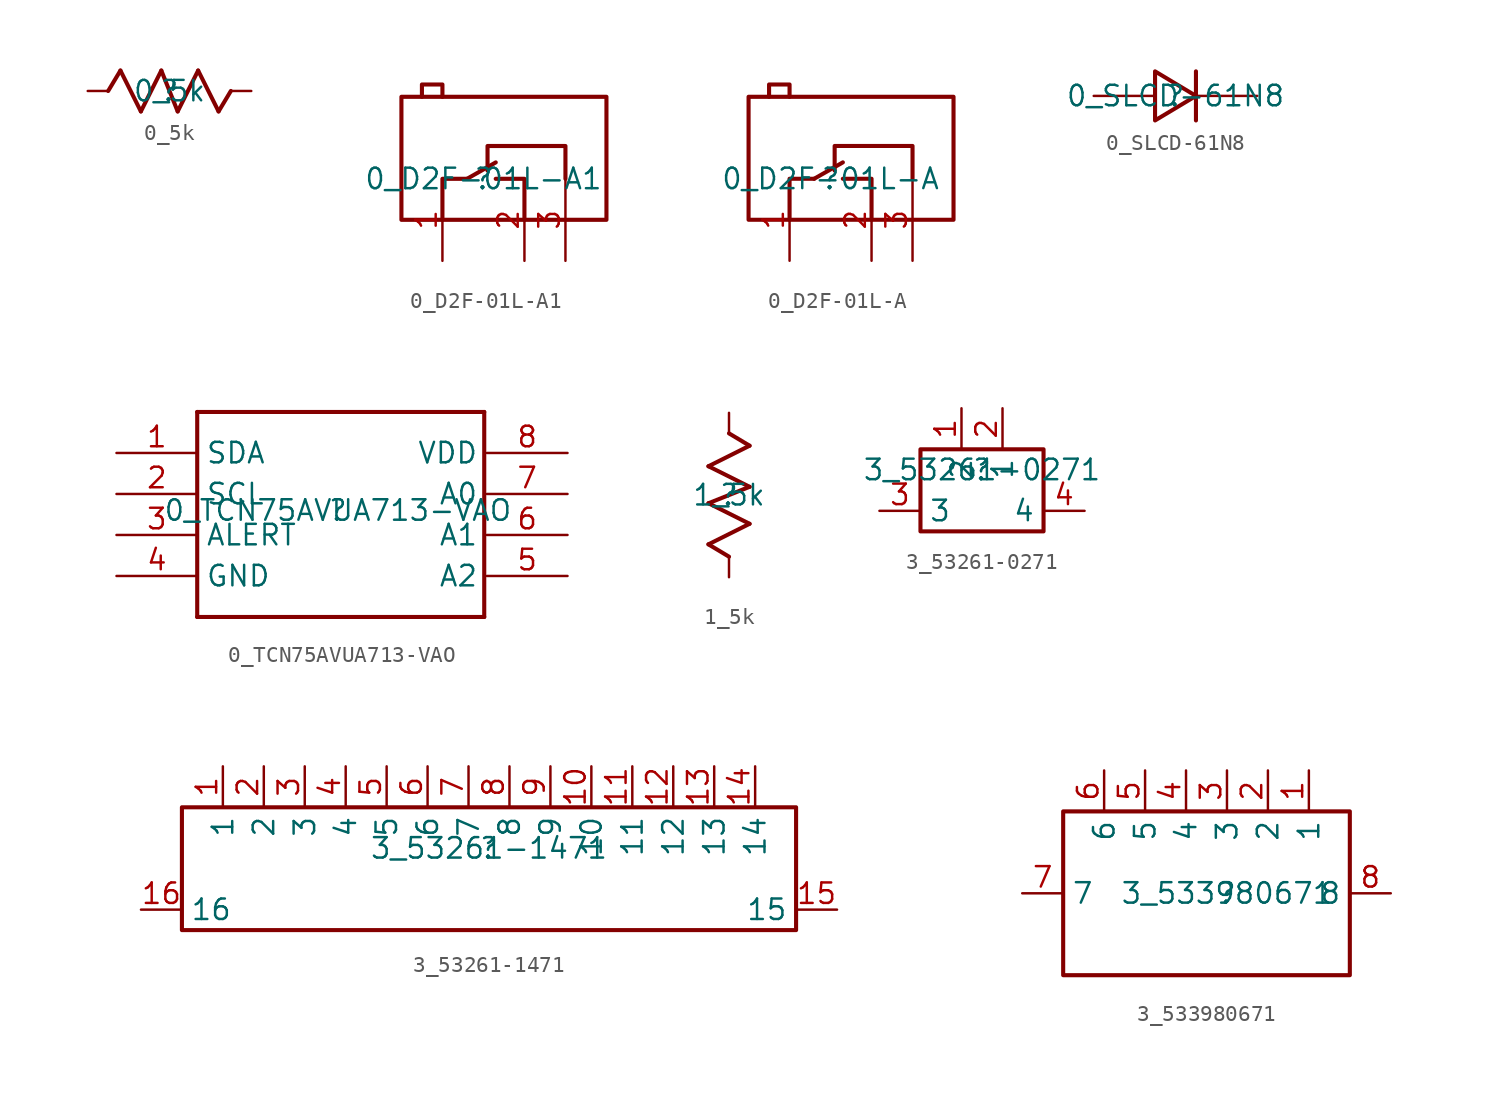
<source format=kicad_sym>
(kicad_symbol_lib
  (version 20211014)
  (generator kicad_symbol_editor)
  (symbol "0_5k"
    (property "Reference" ""
      (at 0 0 0)
      (effects (font (size 1.27 1.27))))
    (property "Value" "0_5k"
      (at 0 0 0)
      (effects (font (size 1.27 1.27))))
    (symbol "0_5k_1_0"
      (polyline (pts (xy -3.048 1.27) (xy -3.81 0)) (stroke (width 0.254) (type default) (color 0 0 0 0)) (fill (type none)))
      (polyline (pts (xy -1.778 -1.27) (xy -3.048 1.27)) (stroke (width 0.254) (type default) (color 0 0 0 0)) (fill (type none)))
      (polyline (pts (xy -0.508 1.27) (xy -1.778 -1.27)) (stroke (width 0.254) (type default) (color 0 0 0 0)) (fill (type none)))
      (polyline (pts (xy 0.508 -1.27) (xy -0.508 1.27)) (stroke (width 0.254) (type default) (color 0 0 0 0)) (fill (type none)))
      (polyline (pts (xy 1.778 1.27) (xy 0.508 -1.27)) (stroke (width 0.254) (type default) (color 0 0 0 0)) (fill (type none)))
      (polyline (pts (xy 3.048 -1.27) (xy 1.778 1.27)) (stroke (width 0.254) (type default) (color 0 0 0 0)) (fill (type none)))
      (polyline (pts (xy 3.81 0) (xy 3.048 -1.27)) (stroke (width 0.254) (type default) (color 0 0 0 0)) (fill (type none)))
      (pin passive line (at -5.08 0 0) (length 1.27) (name "1" (effects (font (size 0 0)))) (number "1" (effects (font (size 0 0)))))
      (pin passive line (at 5.08 0 180) (length 1.27) (name "2" (effects (font (size 0 0)))) (number "2" (effects (font (size 0 0)))))))
  (symbol "0_D2F-01L-A1"
    (property "Reference" ""
      (at 0 0 0)
      (effects (font (size 1.27 1.27))))
    (property "Value" "0_D2F-01L-A1"
      (at 0 0 0)
      (effects (font (size 1.27 1.27))))
    (symbol "0_D2F-01L-A1_1_0"
      (polyline (pts (xy -1.016 0) (xy 0.762 1.016)) (stroke (width 0.254) (type default) (color 0 0 0 0)) (fill (type none)))
      (polyline (pts (xy -2.54 -2.54) (xy -2.54 0) (xy -2.54 0) (xy -1.016 0)) (stroke (width 0.254) (type default) (color 0 0 0 0)) (fill (type none)))
      (polyline (pts (xy 0.762 0) (xy 2.54 0) (xy 2.54 0) (xy 2.54 -2.54)) (stroke (width 0.254) (type default) (color 0 0 0 0)) (fill (type none)))
      (polyline (pts (xy -3.81 5.08) (xy -3.81 5.842) (xy -3.81 5.842) (xy -2.54 5.842) (xy -2.54 5.842) (xy -2.54 5.08)) (stroke (width 0.254) (type default) (color 0 0 0 0)) (fill (type none)))
      (polyline (pts (xy 5.08 0) (xy 5.08 2.032) (xy 5.08 2.032) (xy 0.254 2.032) (xy 0.254 2.032) (xy 0.254 0.508)) (stroke (width 0.254) (type default) (color 0 0 0 0)) (fill (type none)))
      (rectangle (start 7.62 5.08) (end -5.08 -2.54) (stroke (width 0.254) (type default) (color 0 0 0 0)) (fill (type none)))
      (pin passive line (at -2.54 -5.08 90) (length 5.08) (name "COM" (effects (font (size 0 0)))) (number "1" (effects (font (size 1.27 1.27)))))
      (pin passive line (at 2.54 -5.08 90) (length 5.08) (name "NO" (effects (font (size 0 0)))) (number "2" (effects (font (size 1.27 1.27)))))
      (pin passive line (at 5.08 -5.08 90) (length 5.08) (name "NC" (effects (font (size 0 0)))) (number "3" (effects (font (size 1.27 1.27)))))))
  (symbol "0_D2F-01L-A"
    (property "Reference" ""
      (at 0 0 0)
      (effects (font (size 1.27 1.27))))
    (property "Value" "0_D2F-01L-A"
      (at 0 0 0)
      (effects (font (size 1.27 1.27))))
    (symbol "0_D2F-01L-A_1_0"
      (polyline (pts (xy -1.016 0) (xy 0.762 1.016)) (stroke (width 0.254) (type default) (color 0 0 0 0)) (fill (type none)))
      (polyline (pts (xy -2.54 -2.54) (xy -2.54 0) (xy -2.54 0) (xy -1.016 0)) (stroke (width 0.254) (type default) (color 0 0 0 0)) (fill (type none)))
      (polyline (pts (xy 0.762 0) (xy 2.54 0) (xy 2.54 0) (xy 2.54 -2.54)) (stroke (width 0.254) (type default) (color 0 0 0 0)) (fill (type none)))
      (polyline (pts (xy -3.81 5.08) (xy -3.81 5.842) (xy -3.81 5.842) (xy -2.54 5.842) (xy -2.54 5.842) (xy -2.54 5.08)) (stroke (width 0.254) (type default) (color 0 0 0 0)) (fill (type none)))
      (polyline (pts (xy 5.08 0) (xy 5.08 2.032) (xy 5.08 2.032) (xy 0.254 2.032) (xy 0.254 2.032) (xy 0.254 0.508)) (stroke (width 0.254) (type default) (color 0 0 0 0)) (fill (type none)))
      (rectangle (start 7.62 5.08) (end -5.08 -2.54) (stroke (width 0.254) (type default) (color 0 0 0 0)) (fill (type none)))
      (pin passive line (at -2.54 -5.08 90) (length 5.08) (name "COM" (effects (font (size 0 0)))) (number "1" (effects (font (size 1.27 1.27)))))
      (pin passive line (at 2.54 -5.08 90) (length 5.08) (name "NO" (effects (font (size 0 0)))) (number "2" (effects (font (size 1.27 1.27)))))
      (pin passive line (at 5.08 -5.08 90) (length 5.08) (name "NC" (effects (font (size 0 0)))) (number "3" (effects (font (size 1.27 1.27)))))))
  (symbol "0_SLCD-61N8"
    (property "Reference" ""
      (at 0 0 0)
      (effects (font (size 1.27 1.27))))
    (property "Value" "0_SLCD-61N8"
      (at 0 0 0)
      (effects (font (size 1.27 1.27))))
    (symbol "0_SLCD-61N8_1_0"
      (polyline (pts (xy 1.27 1.524) (xy 1.27 -1.524)) (stroke (width 0.254) (type default) (color 0 0 0 0)) (fill (type none)))
      (polyline (pts (xy -1.27 -1.524) (xy 1.27 0) (xy 1.27 0) (xy -1.27 1.524) (xy -1.27 1.524) (xy -1.27 -1.524)) (stroke (width 0.254) (type default) (color 0 0 0 0)) (fill (type none)))
      (pin passive line (at 5.08 0 180) (length 3.81) (name "1" (effects (font (size 0 0)))) (number "1" (effects (font (size 0 0)))))
      (pin passive line (at -5.08 0 0) (length 3.81) (name "2" (effects (font (size 0 0)))) (number "2" (effects (font (size 0 0)))))))
  (symbol "0_TCN75AVUA713-VAO"
    (property "Reference" ""
      (at 0 0 0)
      (effects (font (size 1.27 1.27))))
    (property "Value" "0_TCN75AVUA713-VAO"
      (at 0 0 0)
      (effects (font (size 1.27 1.27))))
    (symbol "0_TCN75AVUA713-VAO_1_0"
      (polyline (pts (xy -8.715 6.096) (xy -8.715 -6.604)) (stroke (width 0.254) (type default) (color 0 0 0 0)) (fill (type none)))
      (polyline (pts (xy -8.715 6.096) (xy 9.065 6.096)) (stroke (width 0.254) (type default) (color 0 0 0 0)) (fill (type none)))
      (polyline (pts (xy 9.065 -6.604) (xy -8.715 -6.604)) (stroke (width 0.254) (type default) (color 0 0 0 0)) (fill (type none)))
      (polyline (pts (xy 9.065 -6.604) (xy 9.065 6.096)) (stroke (width 0.254) (type default) (color 0 0 0 0)) (fill (type none)))
      (pin passive line (at -13.716 3.556 0) (length 5) (name "SDA" (effects (font (size 1.27 1.27)))) (number "1" (effects (font (size 1.27 1.27)))))
      (pin passive line (at -13.716 1.016 0) (length 5) (name "SCL" (effects (font (size 1.27 1.27)))) (number "2" (effects (font (size 1.27 1.27)))))
      (pin passive line (at -13.716 -1.524 0) (length 5) (name "ALERT" (effects (font (size 1.27 1.27)))) (number "3" (effects (font (size 1.27 1.27)))))
      (pin passive line (at -13.716 -4.064 0) (length 5) (name "GND" (effects (font (size 1.27 1.27)))) (number "4" (effects (font (size 1.27 1.27)))))
      (pin passive line (at 14.224 -4.064 180) (length 5) (name "A2" (effects (font (size 1.27 1.27)))) (number "5" (effects (font (size 1.27 1.27)))))
      (pin passive line (at 14.224 -1.524 180) (length 5) (name "A1" (effects (font (size 1.27 1.27)))) (number "6" (effects (font (size 1.27 1.27)))))
      (pin passive line (at 14.224 1.016 180) (length 5) (name "A0" (effects (font (size 1.27 1.27)))) (number "7" (effects (font (size 1.27 1.27)))))
      (pin passive line (at 14.224 3.556 180) (length 5) (name "VDD" (effects (font (size 1.27 1.27)))) (number "8" (effects (font (size 1.27 1.27)))))))
  (symbol "1_5k"
    (property "Reference" ""
      (at 0 0 0)
      (effects (font (size 1.27 1.27))))
    (property "Value" "1_5k"
      (at 0 0 0)
      (effects (font (size 1.27 1.27))))
    (symbol "1_5k_1_0"
      (polyline (pts (xy -1.27 -3.048) (xy 0 -3.81)) (stroke (width 0.254) (type default) (color 0 0 0 0)) (fill (type none)))
      (polyline (pts (xy -1.27 -0.508) (xy 1.27 -1.778)) (stroke (width 0.254) (type default) (color 0 0 0 0)) (fill (type none)))
      (polyline (pts (xy -1.27 1.778) (xy 1.27 0.508)) (stroke (width 0.254) (type default) (color 0 0 0 0)) (fill (type none)))
      (polyline (pts (xy 0 3.81) (xy 1.27 3.048)) (stroke (width 0.254) (type default) (color 0 0 0 0)) (fill (type none)))
      (polyline (pts (xy 1.27 -1.778) (xy -1.27 -3.048)) (stroke (width 0.254) (type default) (color 0 0 0 0)) (fill (type none)))
      (polyline (pts (xy 1.27 0.508) (xy -1.27 -0.508)) (stroke (width 0.254) (type default) (color 0 0 0 0)) (fill (type none)))
      (polyline (pts (xy 1.27 3.048) (xy -1.27 1.778)) (stroke (width 0.254) (type default) (color 0 0 0 0)) (fill (type none)))
      (pin passive line (at 0 -5.08 90) (length 1.27) (name "1" (effects (font (size 0 0)))) (number "1" (effects (font (size 0 0)))))
      (pin passive line (at 0 5.08 270) (length 1.27) (name "2" (effects (font (size 0 0)))) (number "2" (effects (font (size 0 0)))))))
  (symbol "3_53261-0271"
    (property "Reference" ""
      (at 0 0 0)
      (effects (font (size 1.27 1.27))))
    (property "Value" "3_53261-0271"
      (at 0 0 0)
      (effects (font (size 1.27 1.27))))
    (symbol "3_53261-0271_1_0"
      (rectangle (start 3.81 1.27) (end -3.81 -3.81) (stroke (width 0.254) (type default) (color 0 0 0 0)) (fill (type none)))
      (pin passive line (at -1.27 3.81 270) (length 2.54) (name "2" (effects (font (size 1.27 1.27)))) (number "1" (effects (font (size 1.27 1.27)))))
      (pin passive line (at 1.27 3.81 270) (length 2.54) (name "1" (effects (font (size 1.27 1.27)))) (number "2" (effects (font (size 1.27 1.27)))))
      (pin passive line (at -6.35 -2.54 0) (length 2.54) (name "3" (effects (font (size 1.27 1.27)))) (number "3" (effects (font (size 1.27 1.27)))))
      (pin passive line (at 6.35 -2.54 180) (length 2.54) (name "4" (effects (font (size 1.27 1.27)))) (number "4" (effects (font (size 1.27 1.27)))))))
  (symbol "3_53261-1471"
    (property "Reference" ""
      (at 0 0 0)
      (effects (font (size 1.27 1.27))))
    (property "Value" "3_53261-1471"
      (at 0 0 0)
      (effects (font (size 1.27 1.27))))
    (symbol "3_53261-1471_1_0"
      (rectangle (start 19.05 2.54) (end -19.05 -5.08) (stroke (width 0.254) (type default) (color 0 0 0 0)) (fill (type none)))
      (pin passive line (at -16.51 5.08 270) (length 2.54) (name "1" (effects (font (size 1.27 1.27)))) (number "1" (effects (font (size 1.27 1.27)))))
      (pin passive line (at 6.35 5.08 270) (length 2.54) (name "10" (effects (font (size 1.27 1.27)))) (number "10" (effects (font (size 1.27 1.27)))))
      (pin passive line (at 8.89 5.08 270) (length 2.54) (name "11" (effects (font (size 1.27 1.27)))) (number "11" (effects (font (size 1.27 1.27)))))
      (pin passive line (at 11.43 5.08 270) (length 2.54) (name "12" (effects (font (size 1.27 1.27)))) (number "12" (effects (font (size 1.27 1.27)))))
      (pin passive line (at 13.97 5.08 270) (length 2.54) (name "13" (effects (font (size 1.27 1.27)))) (number "13" (effects (font (size 1.27 1.27)))))
      (pin passive line (at 16.51 5.08 270) (length 2.54) (name "14" (effects (font (size 1.27 1.27)))) (number "14" (effects (font (size 1.27 1.27)))))
      (pin passive line (at 21.59 -3.81 180) (length 2.54) (name "15" (effects (font (size 1.27 1.27)))) (number "15" (effects (font (size 1.27 1.27)))))
      (pin passive line (at -21.59 -3.81 0) (length 2.54) (name "16" (effects (font (size 1.27 1.27)))) (number "16" (effects (font (size 1.27 1.27)))))
      (pin passive line (at -13.97 5.08 270) (length 2.54) (name "2" (effects (font (size 1.27 1.27)))) (number "2" (effects (font (size 1.27 1.27)))))
      (pin passive line (at -11.43 5.08 270) (length 2.54) (name "3" (effects (font (size 1.27 1.27)))) (number "3" (effects (font (size 1.27 1.27)))))
      (pin passive line (at -8.89 5.08 270) (length 2.54) (name "4" (effects (font (size 1.27 1.27)))) (number "4" (effects (font (size 1.27 1.27)))))
      (pin passive line (at -6.35 5.08 270) (length 2.54) (name "5" (effects (font (size 1.27 1.27)))) (number "5" (effects (font (size 1.27 1.27)))))
      (pin passive line (at -3.81 5.08 270) (length 2.54) (name "6" (effects (font (size 1.27 1.27)))) (number "6" (effects (font (size 1.27 1.27)))))
      (pin passive line (at -1.27 5.08 270) (length 2.54) (name "7" (effects (font (size 1.27 1.27)))) (number "7" (effects (font (size 1.27 1.27)))))
      (pin passive line (at 1.27 5.08 270) (length 2.54) (name "8" (effects (font (size 1.27 1.27)))) (number "8" (effects (font (size 1.27 1.27)))))
      (pin passive line (at 3.81 5.08 270) (length 2.54) (name "9" (effects (font (size 1.27 1.27)))) (number "9" (effects (font (size 1.27 1.27)))))))
  (symbol "3_533980671"
    (property "Reference" ""
      (at 0 0 0)
      (effects (font (size 1.27 1.27))))
    (property "Value" "3_533980671"
      (at 0 0 0)
      (effects (font (size 1.27 1.27))))
    (symbol "3_533980671_1_0"
      (rectangle (start 7.62 5.08) (end -10.16 -5.08) (stroke (width 0.254) (type default) (color 0 0 0 0)) (fill (type none)))
      (pin passive line (at 5.08 7.62 270) (length 2.54) (name "1" (effects (font (size 1.27 1.27)))) (number "1" (effects (font (size 1.27 1.27)))))
      (pin passive line (at 2.54 7.62 270) (length 2.54) (name "2" (effects (font (size 1.27 1.27)))) (number "2" (effects (font (size 1.27 1.27)))))
      (pin passive line (at 0 7.62 270) (length 2.54) (name "3" (effects (font (size 1.27 1.27)))) (number "3" (effects (font (size 1.27 1.27)))))
      (pin passive line (at -2.54 7.62 270) (length 2.54) (name "4" (effects (font (size 1.27 1.27)))) (number "4" (effects (font (size 1.27 1.27)))))
      (pin passive line (at -5.08 7.62 270) (length 2.54) (name "5" (effects (font (size 1.27 1.27)))) (number "5" (effects (font (size 1.27 1.27)))))
      (pin passive line (at -7.62 7.62 270) (length 2.54) (name "6" (effects (font (size 1.27 1.27)))) (number "6" (effects (font (size 1.27 1.27)))))
      (pin passive line (at -12.7 0 0) (length 2.54) (name "7" (effects (font (size 1.27 1.27)))) (number "7" (effects (font (size 1.27 1.27)))))
      (pin passive line (at 10.16 0 180) (length 2.54) (name "8" (effects (font (size 1.27 1.27)))) (number "8" (effects (font (size 1.27 1.27))))))))
</source>
